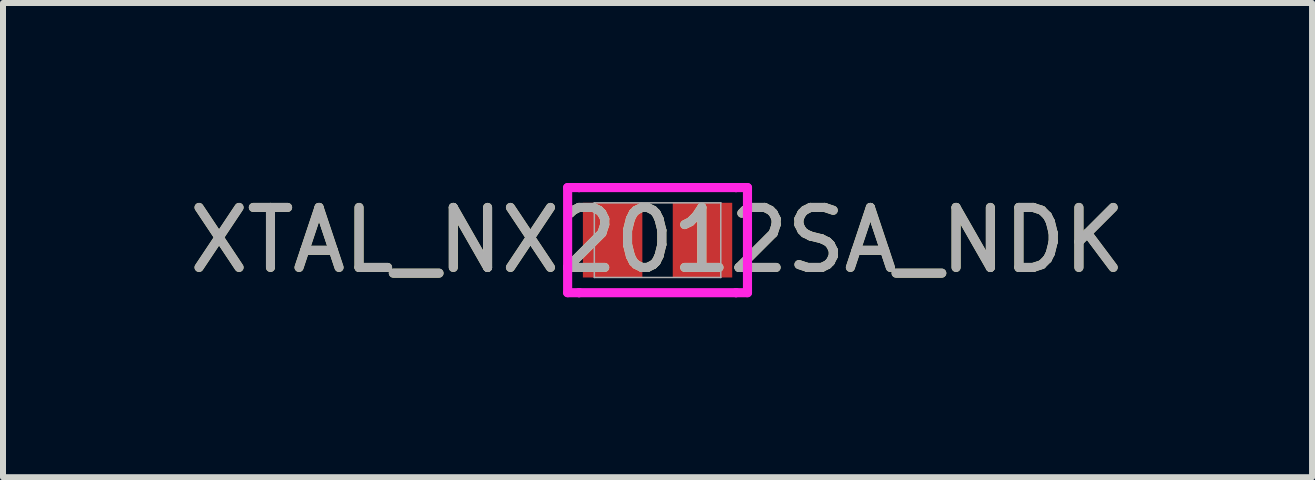
<source format=kicad_pcb>
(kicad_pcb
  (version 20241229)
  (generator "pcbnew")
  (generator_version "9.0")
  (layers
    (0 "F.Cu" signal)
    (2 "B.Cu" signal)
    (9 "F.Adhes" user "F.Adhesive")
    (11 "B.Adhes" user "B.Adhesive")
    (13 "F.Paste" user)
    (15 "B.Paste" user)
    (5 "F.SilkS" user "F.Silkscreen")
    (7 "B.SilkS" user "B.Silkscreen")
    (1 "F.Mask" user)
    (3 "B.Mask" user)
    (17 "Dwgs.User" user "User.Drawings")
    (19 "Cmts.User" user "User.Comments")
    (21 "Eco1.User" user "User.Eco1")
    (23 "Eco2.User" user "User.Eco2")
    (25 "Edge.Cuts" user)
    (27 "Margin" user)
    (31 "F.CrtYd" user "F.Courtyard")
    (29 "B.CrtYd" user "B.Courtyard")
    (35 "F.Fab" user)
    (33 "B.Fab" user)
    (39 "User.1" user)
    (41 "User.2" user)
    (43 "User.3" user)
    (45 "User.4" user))
  (footprint "XTAL_NX2012SA_NDK"
    (layer "F.Cu")
    (at 7.911 0.953)
    (property "Reference" "XTAL_NX2012SA_NDK" (at 0 0 0) (unlocked yes) (layer "F.SilkS") (effects (font (size 1 1) (thickness 0.15))))
    (attr smd)
    (fp_line (start -1.499 -0.876) (end -1.308 -0.876) (stroke (width 0.152) (type solid)) (layer "F.CrtYd"))
    (fp_line (start -1.499 0.876) (end -1.499 -0.876) (stroke (width 0.152) (type solid)) (layer "F.CrtYd"))
    (fp_line (start -1.308 -0.876) (end -1.308 -0.876) (stroke (width 0.152) (type solid)) (layer "F.CrtYd"))
    (fp_line (start -1.308 -0.876) (end 1.308 -0.876) (stroke (width 0.152) (type solid)) (layer "F.CrtYd"))
    (fp_line (start -1.308 0.876) (end -1.499 0.876) (stroke (width 0.152) (type solid)) (layer "F.CrtYd"))
    (fp_line (start -1.308 0.876) (end -1.308 0.876) (stroke (width 0.152) (type solid)) (layer "F.CrtYd"))
    (fp_line (start 1.308 -0.876) (end 1.308 -0.876) (stroke (width 0.152) (type solid)) (layer "F.CrtYd"))
    (fp_line (start 1.308 -0.876) (end 1.499 -0.876) (stroke (width 0.152) (type solid)) (layer "F.CrtYd"))
    (fp_line (start 1.308 0.876) (end -1.308 0.876) (stroke (width 0.152) (type solid)) (layer "F.CrtYd"))
    (fp_line (start 1.308 0.876) (end 1.308 0.876) (stroke (width 0.152) (type solid)) (layer "F.CrtYd"))
    (fp_line (start 1.499 -0.876) (end 1.499 0.876) (stroke (width 0.152) (type solid)) (layer "F.CrtYd"))
    (fp_line (start 1.499 0.876) (end 1.308 0.876) (stroke (width 0.152) (type solid)) (layer "F.CrtYd"))
    (fp_line (start -1.054 -0.622) (end -1.054 0.622) (stroke (width 0.025) (type solid)) (layer "F.Fab"))
    (fp_line (start -1.054 0.622) (end 1.054 0.622) (stroke (width 0.025) (type solid)) (layer "F.Fab"))
    (fp_line (start 1.054 -0.622) (end -1.054 -0.622) (stroke (width 0.025) (type solid)) (layer "F.Fab"))
    (fp_line (start 1.054 0.622) (end 1.054 -0.622) (stroke (width 0.025) (type solid)) (layer "F.Fab"))
    (fp_text user "${REFERENCE}" (at 0 0 0) (unlocked yes) (layer "F.Fab") (effects (font (size 1 1) (thickness 0.15))))
    (pad "1" smd rect (at -0.749 0) (size 0.991 1.245) (layers "F.Cu" "F.Mask" "F.Paste"))
    (pad "2" smd rect (at 0.749 0) (size 0.991 1.245) (layers "F.Cu" "F.Mask" "F.Paste"))
    (zone (net_name "") (layer "F.Cu") (hatch full 0.508) (connect_pads) (min_thickness 0.254) (filled_areas_thickness no) (keepout (tracks not_allowed) (vias not_allowed) (pads allowed) (copperpour not_allowed) (footprints allowed)) (placement (enabled no)) (fill) (polygon (pts (xy 7.708 0.381) (xy 8.114 0.381) (xy 8.114 1.524) (xy 7.708 1.524)))))
  (gr_rect
    (start -3 -3)
    (end 18.821 4.905)
    (stroke (width 0.1) (type default))
    (fill no)
    (layer "Edge.Cuts")))
</source>
